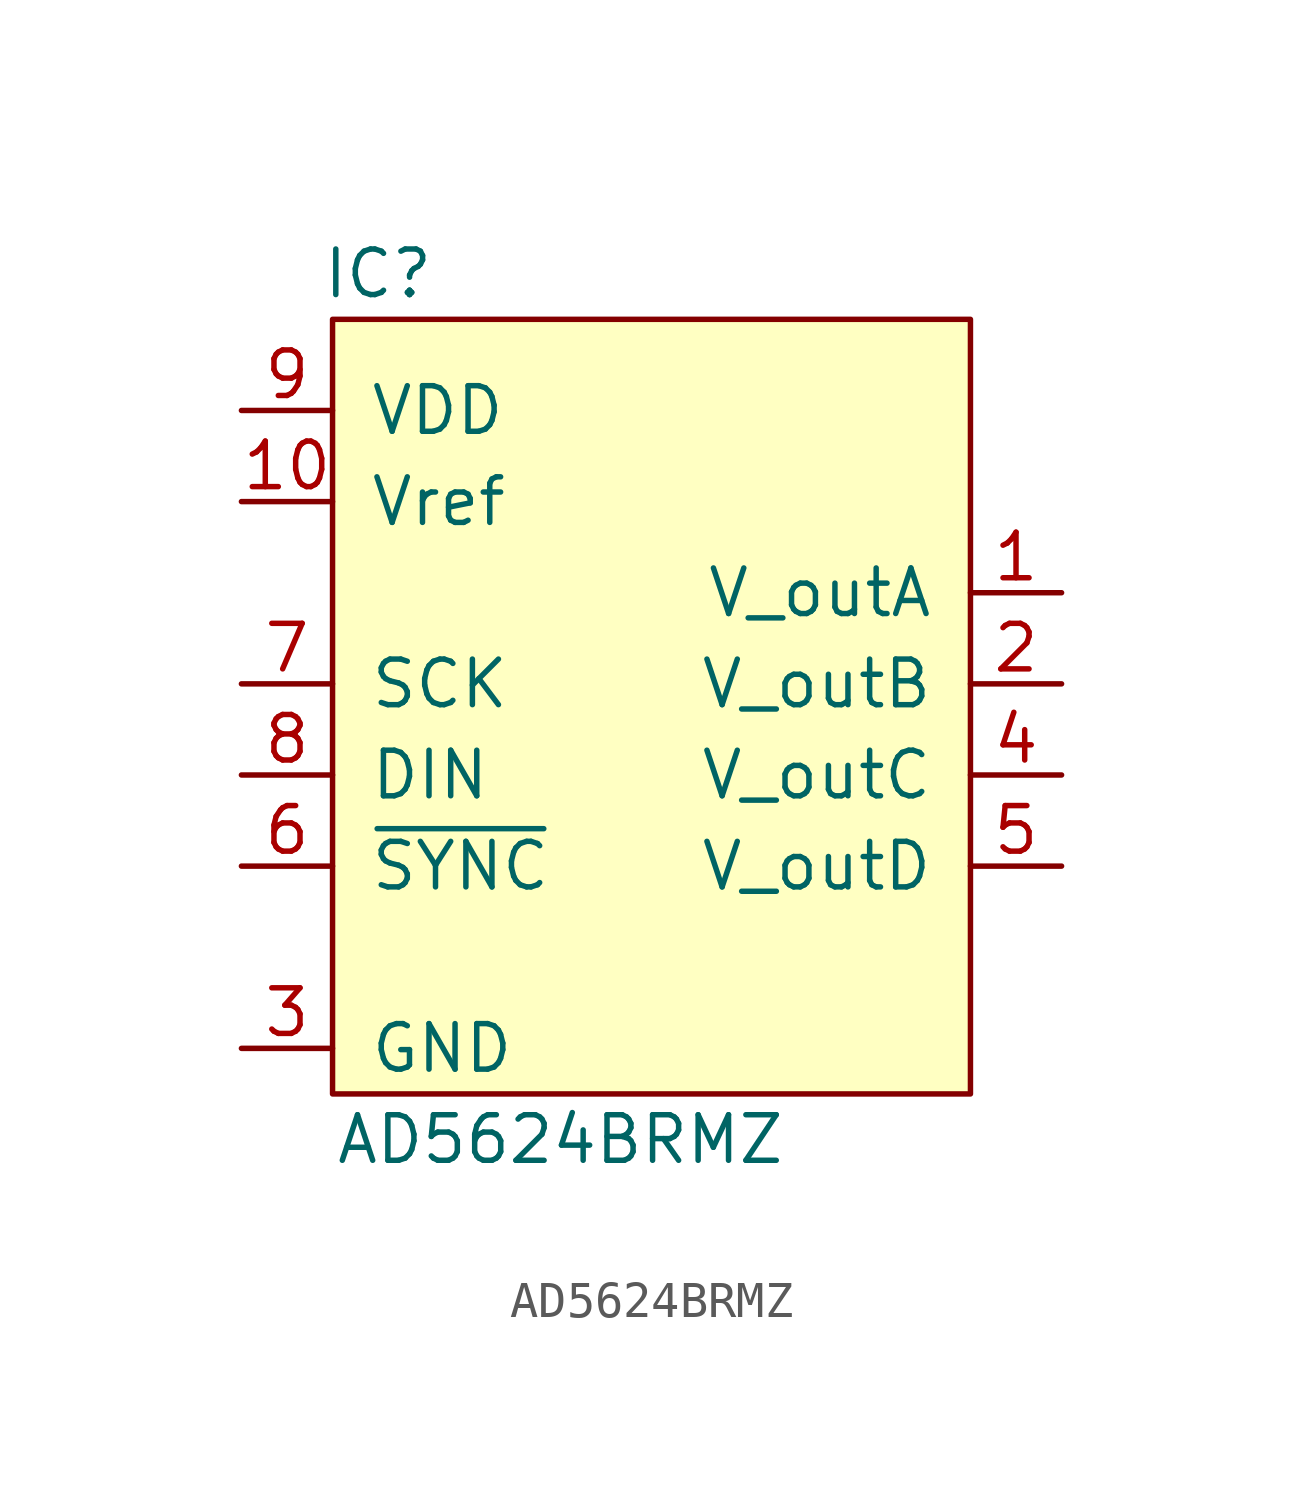
<source format=kicad_sym>
(kicad_symbol_lib
  (version 20211014)
  (generator kicad_symbol_editor)
  (symbol "AD5624BRMZ"
    (pin_names
      (offset 1.016))
    (property "Reference" "IC"
      (at -7.62 13.97 0)
      (effects (font (size 1.27 1.27))))
    (property "Value" "AD5624BRMZ"
      (at -2.54 -10.16 0)
      (effects (font (size 1.27 1.27))))
    (symbol "AD5624BRMZ_0_1"
      (rectangle (start -8.89 12.7) (end 8.89 -8.89) (stroke (width 0) (type default) (color 0 0 0 0)) (fill (type background))))
    (symbol "AD5624BRMZ_1_1"
      (pin output line (at 11.43 5.08 180) (length 2.54) (name "V_outA" (effects (font (size 1.27 1.27)))) (number "1" (effects (font (size 1.27 1.27)))))
      (pin passive line (at -11.43 7.62 0) (length 2.54) (name "Vref" (effects (font (size 1.27 1.27)))) (number "10" (effects (font (size 1.27 1.27)))))
      (pin output line (at 11.43 2.54 180) (length 2.54) (name "V_outB" (effects (font (size 1.27 1.27)))) (number "2" (effects (font (size 1.27 1.27)))))
      (pin power_in line (at -11.43 -7.62 0) (length 2.54) (name "GND" (effects (font (size 1.27 1.27)))) (number "3" (effects (font (size 1.27 1.27)))))
      (pin output line (at 11.43 0 180) (length 2.54) (name "V_outC" (effects (font (size 1.27 1.27)))) (number "4" (effects (font (size 1.27 1.27)))))
      (pin output line (at 11.43 -2.54 180) (length 2.54) (name "V_outD" (effects (font (size 1.27 1.27)))) (number "5" (effects (font (size 1.27 1.27)))))
      (pin input line (at -11.43 -2.54 0) (length 2.54) (name "~{SYNC}" (effects (font (size 1.27 1.27)))) (number "6" (effects (font (size 1.27 1.27)))))
      (pin input line (at -11.43 2.54 0) (length 2.54) (name "SCK" (effects (font (size 1.27 1.27)))) (number "7" (effects (font (size 1.27 1.27)))))
      (pin input line (at -11.43 0 0) (length 2.54) (name "DIN" (effects (font (size 1.27 1.27)))) (number "8" (effects (font (size 1.27 1.27)))))
      (pin power_in line (at -11.43 10.16 0) (length 2.54) (name "VDD" (effects (font (size 1.27 1.27)))) (number "9" (effects (font (size 1.27 1.27))))))))
</source>
